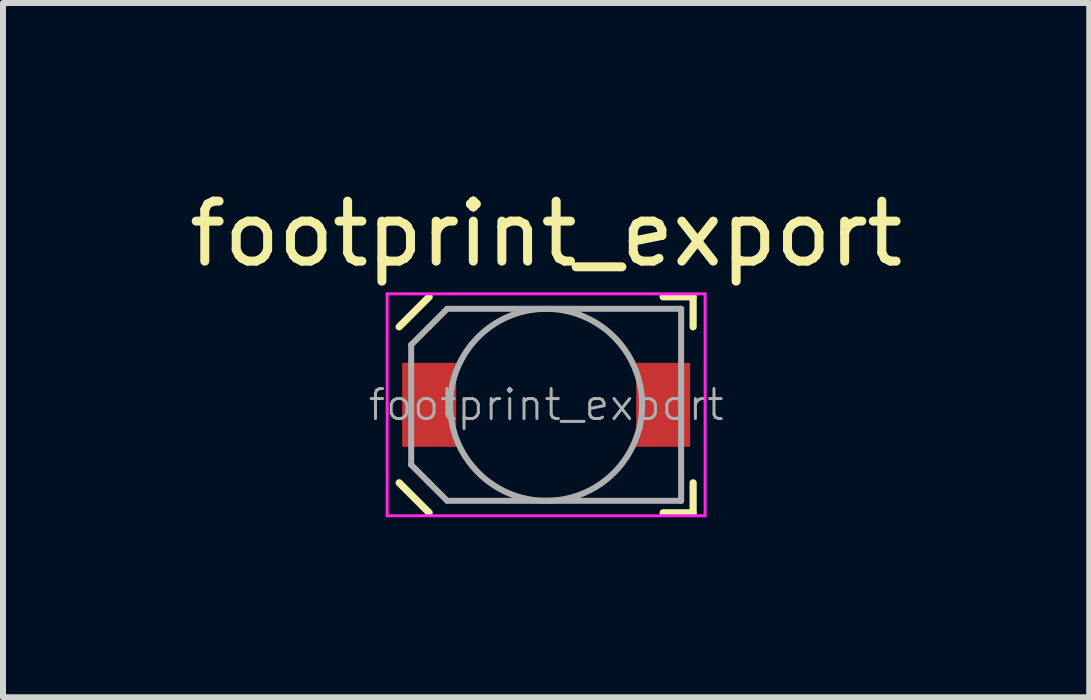
<source format=kicad_pcb>
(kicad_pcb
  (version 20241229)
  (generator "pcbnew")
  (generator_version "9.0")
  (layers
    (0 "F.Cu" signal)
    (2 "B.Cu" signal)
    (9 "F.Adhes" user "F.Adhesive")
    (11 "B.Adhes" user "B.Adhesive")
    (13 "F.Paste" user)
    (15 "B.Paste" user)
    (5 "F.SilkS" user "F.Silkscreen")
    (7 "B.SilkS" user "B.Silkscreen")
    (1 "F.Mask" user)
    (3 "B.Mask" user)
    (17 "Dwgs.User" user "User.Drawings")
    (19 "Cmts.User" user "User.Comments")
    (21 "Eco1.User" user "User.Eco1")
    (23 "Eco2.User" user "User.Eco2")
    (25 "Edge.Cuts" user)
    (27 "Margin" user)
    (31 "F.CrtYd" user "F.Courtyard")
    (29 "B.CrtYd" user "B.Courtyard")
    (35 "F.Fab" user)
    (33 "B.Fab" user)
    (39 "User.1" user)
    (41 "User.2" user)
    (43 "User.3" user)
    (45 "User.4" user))
  (footprint "footprint_export"
    (layer "F.Cu")
    (at 6.054 3.698)
    (property "Reference" "footprint_export" (at 0 -2.85 0) (layer "F.SilkS") (effects (font (size 1 1) (thickness 0.15))))
    (attr smd)
    (fp_line (start -2.45 -1.3) (end -1.95 -1.8) (stroke (width 0.12) (type solid)) (layer "F.SilkS"))
    (fp_line (start -2.45 1.3) (end -1.95 1.8) (stroke (width 0.12) (type solid)) (layer "F.SilkS"))
    (fp_line (start 2.45 -1.8) (end 1.95 -1.8) (stroke (width 0.12) (type solid)) (layer "F.SilkS"))
    (fp_line (start 2.45 -1.8) (end 2.45 -1.3) (stroke (width 0.12) (type solid)) (layer "F.SilkS"))
    (fp_line (start 2.45 1.8) (end 1.95 1.8) (stroke (width 0.12) (type solid)) (layer "F.SilkS"))
    (fp_line (start 2.45 1.8) (end 2.45 1.3) (stroke (width 0.12) (type solid)) (layer "F.SilkS"))
    (fp_line (start -2.65 -1.85) (end -2.65 1.85) (stroke (width 0.05) (type solid)) (layer "F.CrtYd"))
    (fp_line (start -2.65 1.85) (end 2.65 1.85) (stroke (width 0.05) (type solid)) (layer "F.CrtYd"))
    (fp_line (start 2.65 -1.85) (end -2.65 -1.85) (stroke (width 0.05) (type solid)) (layer "F.CrtYd"))
    (fp_line (start 2.65 1.85) (end 2.65 -1.85) (stroke (width 0.05) (type solid)) (layer "F.CrtYd"))
    (fp_line (start -2.25 -1) (end -1.95 -1.3) (stroke (width 0.1) (type solid)) (layer "F.Fab"))
    (fp_line (start -2.25 1) (end -2.25 -1) (stroke (width 0.1) (type solid)) (layer "F.Fab"))
    (fp_line (start -1.95 -1.3) (end -1.65 -1.6) (stroke (width 0.1) (type solid)) (layer "F.Fab"))
    (fp_line (start -1.95 1.3) (end -2.25 1) (stroke (width 0.1) (type solid)) (layer "F.Fab"))
    (fp_line (start -1.65 -1.6) (end 2.24 -1.6) (stroke (width 0.1) (type solid)) (layer "F.Fab"))
    (fp_line (start -1.65 1.6) (end -1.95 1.3) (stroke (width 0.1) (type solid)) (layer "F.Fab"))
    (fp_line (start 2.24 -1.6) (end 2.25 -1.6) (stroke (width 0.1) (type solid)) (layer "F.Fab"))
    (fp_line (start 2.24 1.6) (end -1.65 1.6) (stroke (width 0.1) (type solid)) (layer "F.Fab"))
    (fp_line (start 2.25 -1.6) (end 2.25 -1.59) (stroke (width 0.1) (type solid)) (layer "F.Fab"))
    (fp_line (start 2.25 -1.59) (end 2.25 1.59) (stroke (width 0.1) (type solid)) (layer "F.Fab"))
    (fp_line (start 2.25 1.59) (end 2.25 1.6) (stroke (width 0.1) (type solid)) (layer "F.Fab"))
    (fp_line (start 2.25 1.6) (end 2.24 1.6) (stroke (width 0.1) (type solid)) (layer "F.Fab"))
    (fp_circle (center 0 0) (end 1.6 0) (stroke (width 0.1) (type solid)) (fill no) (layer "F.Fab"))
    (fp_text user "${REFERENCE}" (at 0 0 0) (layer "F.Fab") (effects (font (size 0.5 0.5) (thickness 0.05))))
    (pad "1" smd rect (at -1.95 0) (size 0.9 1.4) (layers "F.Cu" "F.Mask" "F.Paste"))
    (pad "2" smd rect (at 1.95 0) (size 0.9 1.4) (layers "F.Cu" "F.Mask" "F.Paste")))
  (gr_rect
    (start -3 -3)
    (end 15.107 8.573)
    (stroke (width 0.1) (type default))
    (fill no)
    (layer "Edge.Cuts")))
</source>
